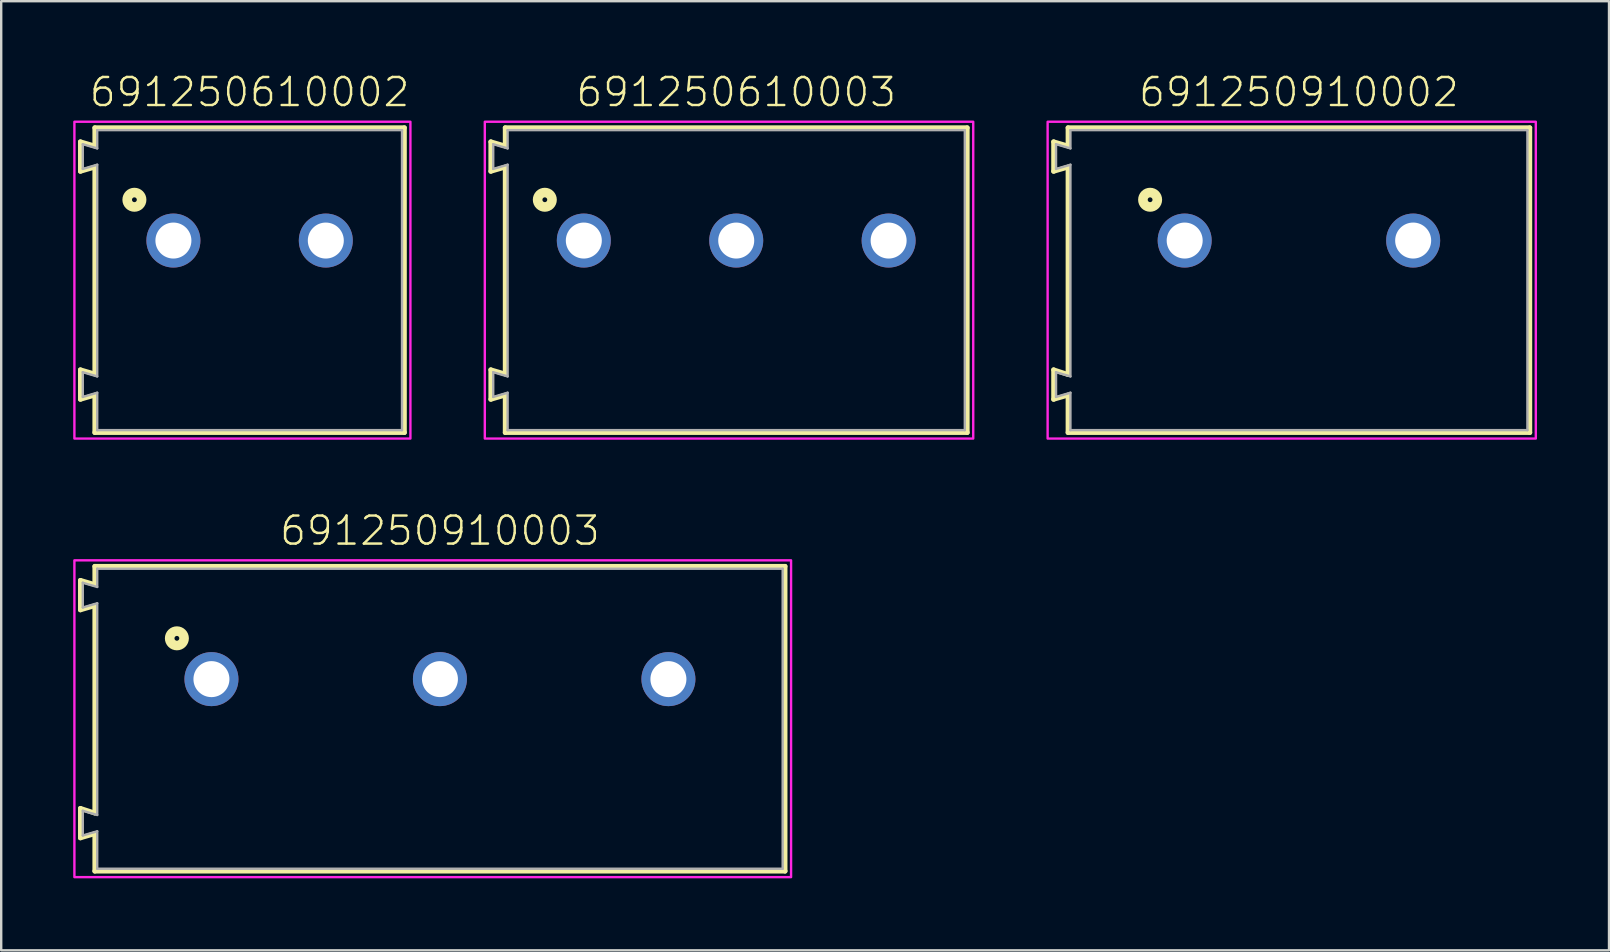
<source format=kicad_pcb>
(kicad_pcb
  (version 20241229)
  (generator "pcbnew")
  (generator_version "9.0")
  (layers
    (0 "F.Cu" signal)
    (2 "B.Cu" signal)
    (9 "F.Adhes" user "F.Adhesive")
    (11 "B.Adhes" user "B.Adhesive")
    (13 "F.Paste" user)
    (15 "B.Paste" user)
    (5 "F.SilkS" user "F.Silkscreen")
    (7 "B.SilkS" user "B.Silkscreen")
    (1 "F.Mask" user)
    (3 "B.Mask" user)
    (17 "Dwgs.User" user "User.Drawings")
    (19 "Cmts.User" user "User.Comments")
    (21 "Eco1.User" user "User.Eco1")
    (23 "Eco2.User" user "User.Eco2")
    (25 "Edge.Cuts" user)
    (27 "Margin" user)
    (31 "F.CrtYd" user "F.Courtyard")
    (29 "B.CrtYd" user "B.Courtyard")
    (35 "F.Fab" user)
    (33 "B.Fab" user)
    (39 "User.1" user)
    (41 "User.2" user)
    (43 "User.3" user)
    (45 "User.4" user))
  (footprint "691250610002"
    (layer "F.Cu")
    (at 7.35 6.973)
    (property "Reference" "691250610002" (at 0 -5.5 0) (unlocked yes) (layer "F.SilkS") (effects (font (size 1.168 1.168) (thickness 0.102)) (justify bottom)))
    (fp_line (start -7.05 -4.115) (end -6.45 -3.94) (stroke (width 0.2) (type solid)) (layer "F.SilkS"))
    (fp_line (start -7.05 -2.885) (end -7.05 -4.115) (stroke (width 0.2) (type solid)) (layer "F.SilkS"))
    (fp_line (start -7.05 5.385) (end -6.45 5.56) (stroke (width 0.2) (type solid)) (layer "F.SilkS"))
    (fp_line (start -7.05 6.615) (end -7.05 5.385) (stroke (width 0.2) (type solid)) (layer "F.SilkS"))
    (fp_line (start -6.45 -4.7) (end 6.45 -4.7) (stroke (width 0.2) (type solid)) (layer "F.SilkS"))
    (fp_line (start -6.45 -3.94) (end -6.45 -4.7) (stroke (width 0.2) (type solid)) (layer "F.SilkS"))
    (fp_line (start -6.45 -3.06) (end -7.05 -2.885) (stroke (width 0.2) (type solid)) (layer "F.SilkS"))
    (fp_line (start -6.45 5.56) (end -6.45 -3.06) (stroke (width 0.2) (type solid)) (layer "F.SilkS"))
    (fp_line (start -6.45 6.44) (end -7.05 6.615) (stroke (width 0.2) (type solid)) (layer "F.SilkS"))
    (fp_line (start -6.45 8) (end -6.45 6.44) (stroke (width 0.2) (type solid)) (layer "F.SilkS"))
    (fp_line (start 6.45 -4.7) (end 6.45 8) (stroke (width 0.2) (type solid)) (layer "F.SilkS"))
    (fp_line (start 6.45 8) (end -6.45 8) (stroke (width 0.2) (type solid)) (layer "F.SilkS"))
    (fp_circle (center -4.8 -1.7) (end -4.7 -1.7) (stroke (width 0.4) (type solid)) (fill no) (layer "F.SilkS"))
    (fp_poly (pts (xy 6.7 8.25) (xy -7.3 8.25) (xy -7.3 -4.95) (xy 6.7 -4.95)) (stroke (width 0.1) (type default)) (fill no) (layer "F.CrtYd"))
    (fp_line (start -6.95 -4.015) (end -6.95 -2.985) (stroke (width 0.1) (type solid)) (layer "F.Fab"))
    (fp_line (start -6.95 -4.015) (end -6.35 -3.84) (stroke (width 0.1) (type solid)) (layer "F.Fab"))
    (fp_line (start -6.95 -2.985) (end -6.35 -3.16) (stroke (width 0.1) (type solid)) (layer "F.Fab"))
    (fp_line (start -6.95 5.485) (end -6.95 6.515) (stroke (width 0.1) (type solid)) (layer "F.Fab"))
    (fp_line (start -6.95 5.485) (end -6.35 5.66) (stroke (width 0.1) (type solid)) (layer "F.Fab"))
    (fp_line (start -6.95 6.515) (end -6.35 6.34) (stroke (width 0.1) (type solid)) (layer "F.Fab"))
    (fp_line (start -6.35 -4.6) (end 6.35 -4.6) (stroke (width 0.1) (type solid)) (layer "F.Fab"))
    (fp_line (start -6.35 -3.84) (end -6.35 -4.6) (stroke (width 0.1) (type solid)) (layer "F.Fab"))
    (fp_line (start -6.35 5.66) (end -6.35 -3.16) (stroke (width 0.1) (type solid)) (layer "F.Fab"))
    (fp_line (start -6.35 7.9) (end -6.35 6.34) (stroke (width 0.1) (type solid)) (layer "F.Fab"))
    (fp_line (start -6.35 7.9) (end 6.35 7.9) (stroke (width 0.1) (type solid)) (layer "F.Fab"))
    (fp_line (start 6.35 7.9) (end 6.35 -4.6) (stroke (width 0.1) (type solid)) (layer "F.Fab"))
    (pad "1" thru_hole circle (at -3.175 0) (size 2.25 2.25) (drill 1.5) (layers "*.Cu" "*.Mask"))
    (pad "2" thru_hole circle (at 3.175 0) (size 2.25 2.25) (drill 1.5) (layers "*.Cu" "*.Mask")))
  (footprint "691250910002"
    (layer "F.Cu")
    (at 51.07 6.973)
    (property "Reference" "691250910002" (at 0 -5.5 0) (unlocked yes) (layer "F.SilkS") (effects (font (size 1.168 1.168) (thickness 0.102)) (justify bottom)))
    (fp_line (start -10.22 -4.115) (end -9.62 -3.94) (stroke (width 0.2) (type solid)) (layer "F.SilkS"))
    (fp_line (start -10.22 -2.885) (end -10.22 -4.115) (stroke (width 0.2) (type solid)) (layer "F.SilkS"))
    (fp_line (start -10.22 5.385) (end -9.62 5.58) (stroke (width 0.2) (type solid)) (layer "F.SilkS"))
    (fp_line (start -10.22 6.615) (end -10.22 5.385) (stroke (width 0.2) (type solid)) (layer "F.SilkS"))
    (fp_line (start -9.62 -4.7) (end 9.62 -4.7) (stroke (width 0.2) (type solid)) (layer "F.SilkS"))
    (fp_line (start -9.62 -3.94) (end -9.62 -4.7) (stroke (width 0.2) (type solid)) (layer "F.SilkS"))
    (fp_line (start -9.62 -3.06) (end -10.22 -2.885) (stroke (width 0.2) (type solid)) (layer "F.SilkS"))
    (fp_line (start -9.62 5.58) (end -9.62 -3.06) (stroke (width 0.2) (type solid)) (layer "F.SilkS"))
    (fp_line (start -9.62 6.44) (end -10.22 6.615) (stroke (width 0.2) (type solid)) (layer "F.SilkS"))
    (fp_line (start -9.62 8) (end -9.62 6.44) (stroke (width 0.2) (type solid)) (layer "F.SilkS"))
    (fp_line (start 9.62 -4.7) (end 9.62 8) (stroke (width 0.2) (type solid)) (layer "F.SilkS"))
    (fp_line (start 9.62 8) (end -9.62 8) (stroke (width 0.2) (type solid)) (layer "F.SilkS"))
    (fp_circle (center -6.2 -1.7) (end -6.1 -1.7) (stroke (width 0.4) (type solid)) (fill no) (layer "F.SilkS"))
    (fp_poly (pts (xy 9.87 8.25) (xy -10.47 8.25) (xy -10.47 -4.95) (xy 9.87 -4.95)) (stroke (width 0.1) (type default)) (fill no) (layer "F.CrtYd"))
    (fp_line (start -10.12 -4.015) (end -10.12 -2.985) (stroke (width 0.1) (type solid)) (layer "F.Fab"))
    (fp_line (start -10.12 -4.015) (end -9.52 -3.84) (stroke (width 0.1) (type solid)) (layer "F.Fab"))
    (fp_line (start -10.12 -2.985) (end -9.52 -3.16) (stroke (width 0.1) (type solid)) (layer "F.Fab"))
    (fp_line (start -10.12 5.485) (end -10.12 6.515) (stroke (width 0.1) (type solid)) (layer "F.Fab"))
    (fp_line (start -10.12 5.485) (end -9.52 5.66) (stroke (width 0.1) (type solid)) (layer "F.Fab"))
    (fp_line (start -10.12 6.515) (end -9.52 6.34) (stroke (width 0.1) (type solid)) (layer "F.Fab"))
    (fp_line (start -9.52 -4.6) (end -9.52 -3.84) (stroke (width 0.1) (type solid)) (layer "F.Fab"))
    (fp_line (start -9.52 -4.6) (end 9.52 -4.6) (stroke (width 0.1) (type solid)) (layer "F.Fab"))
    (fp_line (start -9.52 -3.16) (end -9.52 5.66) (stroke (width 0.1) (type solid)) (layer "F.Fab"))
    (fp_line (start -9.52 6.34) (end -9.52 7.9) (stroke (width 0.1) (type solid)) (layer "F.Fab"))
    (fp_line (start -9.52 7.9) (end 9.52 7.9) (stroke (width 0.1) (type solid)) (layer "F.Fab"))
    (fp_line (start 9.52 -4.6) (end 9.52 7.9) (stroke (width 0.1) (type solid)) (layer "F.Fab"))
    (pad "1" thru_hole circle (at -4.76 0) (size 2.25 2.25) (drill 1.5) (layers "*.Cu" "*.Mask"))
    (pad "2" thru_hole circle (at 4.76 0) (size 2.25 2.25) (drill 1.5) (layers "*.Cu" "*.Mask")))
  (footprint "691250910003"
    (layer "F.Cu")
    (at 15.28 25.246)
    (property "Reference" "691250910003" (at 0 -5.5 0) (unlocked yes) (layer "F.SilkS") (effects (font (size 1.168 1.168) (thickness 0.102)) (justify bottom)))
    (fp_line (start -14.98 -4.115) (end -14.38 -3.94) (stroke (width 0.2) (type solid)) (layer "F.SilkS"))
    (fp_line (start -14.98 -2.885) (end -14.98 -4.115) (stroke (width 0.2) (type solid)) (layer "F.SilkS"))
    (fp_line (start -14.98 5.385) (end -14.38 5.58) (stroke (width 0.2) (type solid)) (layer "F.SilkS"))
    (fp_line (start -14.98 6.615) (end -14.98 5.385) (stroke (width 0.2) (type solid)) (layer "F.SilkS"))
    (fp_line (start -14.38 -4.7) (end 14.38 -4.7) (stroke (width 0.2) (type solid)) (layer "F.SilkS"))
    (fp_line (start -14.38 -3.94) (end -14.38 -4.7) (stroke (width 0.2) (type solid)) (layer "F.SilkS"))
    (fp_line (start -14.38 -3.06) (end -14.98 -2.885) (stroke (width 0.2) (type solid)) (layer "F.SilkS"))
    (fp_line (start -14.38 5.58) (end -14.38 -3.06) (stroke (width 0.2) (type solid)) (layer "F.SilkS"))
    (fp_line (start -14.38 6.44) (end -14.98 6.615) (stroke (width 0.2) (type solid)) (layer "F.SilkS"))
    (fp_line (start -14.38 8) (end -14.38 6.44) (stroke (width 0.2) (type solid)) (layer "F.SilkS"))
    (fp_line (start 14.38 -4.7) (end 14.38 8) (stroke (width 0.2) (type solid)) (layer "F.SilkS"))
    (fp_line (start 14.38 8) (end -14.38 8) (stroke (width 0.2) (type solid)) (layer "F.SilkS"))
    (fp_circle (center -10.96 -1.7) (end -10.86 -1.7) (stroke (width 0.4) (type solid)) (fill no) (layer "F.SilkS"))
    (fp_poly (pts (xy 14.63 8.25) (xy -15.23 8.25) (xy -15.23 -4.95) (xy 14.63 -4.95)) (stroke (width 0.1) (type default)) (fill no) (layer "F.CrtYd"))
    (fp_line (start -14.88 -4.015) (end -14.88 -2.985) (stroke (width 0.1) (type solid)) (layer "F.Fab"))
    (fp_line (start -14.88 -4.015) (end -14.28 -3.84) (stroke (width 0.1) (type solid)) (layer "F.Fab"))
    (fp_line (start -14.88 -2.985) (end -14.28 -3.16) (stroke (width 0.1) (type solid)) (layer "F.Fab"))
    (fp_line (start -14.88 5.485) (end -14.88 6.515) (stroke (width 0.1) (type solid)) (layer "F.Fab"))
    (fp_line (start -14.88 5.485) (end -14.28 5.66) (stroke (width 0.1) (type solid)) (layer "F.Fab"))
    (fp_line (start -14.88 6.515) (end -14.28 6.34) (stroke (width 0.1) (type solid)) (layer "F.Fab"))
    (fp_line (start -14.28 -4.6) (end -14.28 -3.84) (stroke (width 0.1) (type solid)) (layer "F.Fab"))
    (fp_line (start -14.28 -4.6) (end 14.28 -4.6) (stroke (width 0.1) (type solid)) (layer "F.Fab"))
    (fp_line (start -14.28 -3.16) (end -14.28 5.66) (stroke (width 0.1) (type solid)) (layer "F.Fab"))
    (fp_line (start -14.28 6.34) (end -14.28 7.9) (stroke (width 0.1) (type solid)) (layer "F.Fab"))
    (fp_line (start -14.28 7.9) (end 14.28 7.9) (stroke (width 0.1) (type solid)) (layer "F.Fab"))
    (fp_line (start 14.28 -4.6) (end 14.28 7.9) (stroke (width 0.1) (type solid)) (layer "F.Fab"))
    (pad "1" thru_hole circle (at -9.52 0) (size 2.25 2.25) (drill 1.5) (layers "*.Cu" "*.Mask"))
    (pad "2" thru_hole circle (at 0 0) (size 2.25 2.25) (drill 1.5) (layers "*.Cu" "*.Mask"))
    (pad "3" thru_hole circle (at 9.52 0) (size 2.25 2.25) (drill 1.5) (layers "*.Cu" "*.Mask")))
  (footprint "691250610003"
    (layer "F.Cu")
    (at 27.625 6.973)
    (property "Reference" "691250610003" (at 0 -5.5 0) (unlocked yes) (layer "F.SilkS") (effects (font (size 1.168 1.168) (thickness 0.102)) (justify bottom)))
    (fp_line (start -10.225 -4.115) (end -9.625 -3.94) (stroke (width 0.2) (type solid)) (layer "F.SilkS"))
    (fp_line (start -10.225 -2.885) (end -10.225 -4.115) (stroke (width 0.2) (type solid)) (layer "F.SilkS"))
    (fp_line (start -10.225 5.385) (end -9.625 5.56) (stroke (width 0.2) (type solid)) (layer "F.SilkS"))
    (fp_line (start -10.225 6.615) (end -10.225 5.385) (stroke (width 0.2) (type solid)) (layer "F.SilkS"))
    (fp_line (start -9.625 -4.7) (end 9.625 -4.7) (stroke (width 0.2) (type solid)) (layer "F.SilkS"))
    (fp_line (start -9.625 -3.94) (end -9.625 -4.7) (stroke (width 0.2) (type solid)) (layer "F.SilkS"))
    (fp_line (start -9.625 -3.06) (end -10.225 -2.885) (stroke (width 0.2) (type solid)) (layer "F.SilkS"))
    (fp_line (start -9.625 5.56) (end -9.625 -3.06) (stroke (width 0.2) (type solid)) (layer "F.SilkS"))
    (fp_line (start -9.625 6.44) (end -10.225 6.615) (stroke (width 0.2) (type solid)) (layer "F.SilkS"))
    (fp_line (start -9.625 8) (end -9.625 6.44) (stroke (width 0.2) (type solid)) (layer "F.SilkS"))
    (fp_line (start 9.625 -4.7) (end 9.625 8) (stroke (width 0.2) (type solid)) (layer "F.SilkS"))
    (fp_line (start 9.625 8) (end -9.625 8) (stroke (width 0.2) (type solid)) (layer "F.SilkS"))
    (fp_circle (center -7.975 -1.7) (end -7.875 -1.7) (stroke (width 0.4) (type solid)) (fill no) (layer "F.SilkS"))
    (fp_poly (pts (xy 9.875 8.25) (xy -10.475 8.25) (xy -10.475 -4.95) (xy 9.875 -4.95)) (stroke (width 0.1) (type default)) (fill no) (layer "F.CrtYd"))
    (fp_line (start -10.125 -4.015) (end -10.125 -2.985) (stroke (width 0.1) (type solid)) (layer "F.Fab"))
    (fp_line (start -10.125 -4.015) (end -9.525 -3.84) (stroke (width 0.1) (type solid)) (layer "F.Fab"))
    (fp_line (start -10.125 -2.985) (end -9.525 -3.16) (stroke (width 0.1) (type solid)) (layer "F.Fab"))
    (fp_line (start -10.125 5.485) (end -10.125 6.515) (stroke (width 0.1) (type solid)) (layer "F.Fab"))
    (fp_line (start -10.125 5.485) (end -9.525 5.66) (stroke (width 0.1) (type solid)) (layer "F.Fab"))
    (fp_line (start -10.125 6.515) (end -9.525 6.34) (stroke (width 0.1) (type solid)) (layer "F.Fab"))
    (fp_line (start -9.525 -4.6) (end 9.525 -4.6) (stroke (width 0.1) (type solid)) (layer "F.Fab"))
    (fp_line (start -9.525 -3.84) (end -9.525 -4.6) (stroke (width 0.1) (type solid)) (layer "F.Fab"))
    (fp_line (start -9.525 5.66) (end -9.525 -3.16) (stroke (width 0.1) (type solid)) (layer "F.Fab"))
    (fp_line (start -9.525 7.9) (end -9.525 6.34) (stroke (width 0.1) (type solid)) (layer "F.Fab"))
    (fp_line (start -9.525 7.9) (end 9.525 7.9) (stroke (width 0.1) (type solid)) (layer "F.Fab"))
    (fp_line (start 9.525 7.9) (end 9.525 -4.6) (stroke (width 0.1) (type solid)) (layer "F.Fab"))
    (pad "1" thru_hole circle (at -6.35 0) (size 2.25 2.25) (drill 1.5) (layers "*.Cu" "*.Mask"))
    (pad "2" thru_hole circle (at 0 0) (size 2.25 2.25) (drill 1.5) (layers "*.Cu" "*.Mask"))
    (pad "3" thru_hole circle (at 6.35 0) (size 2.25 2.25) (drill 1.5) (layers "*.Cu" "*.Mask")))
  (gr_rect
    (start -3 -3)
    (end 63.99 36.546)
    (stroke (width 0.1) (type default))
    (fill no)
    (layer "Edge.Cuts")))
</source>
